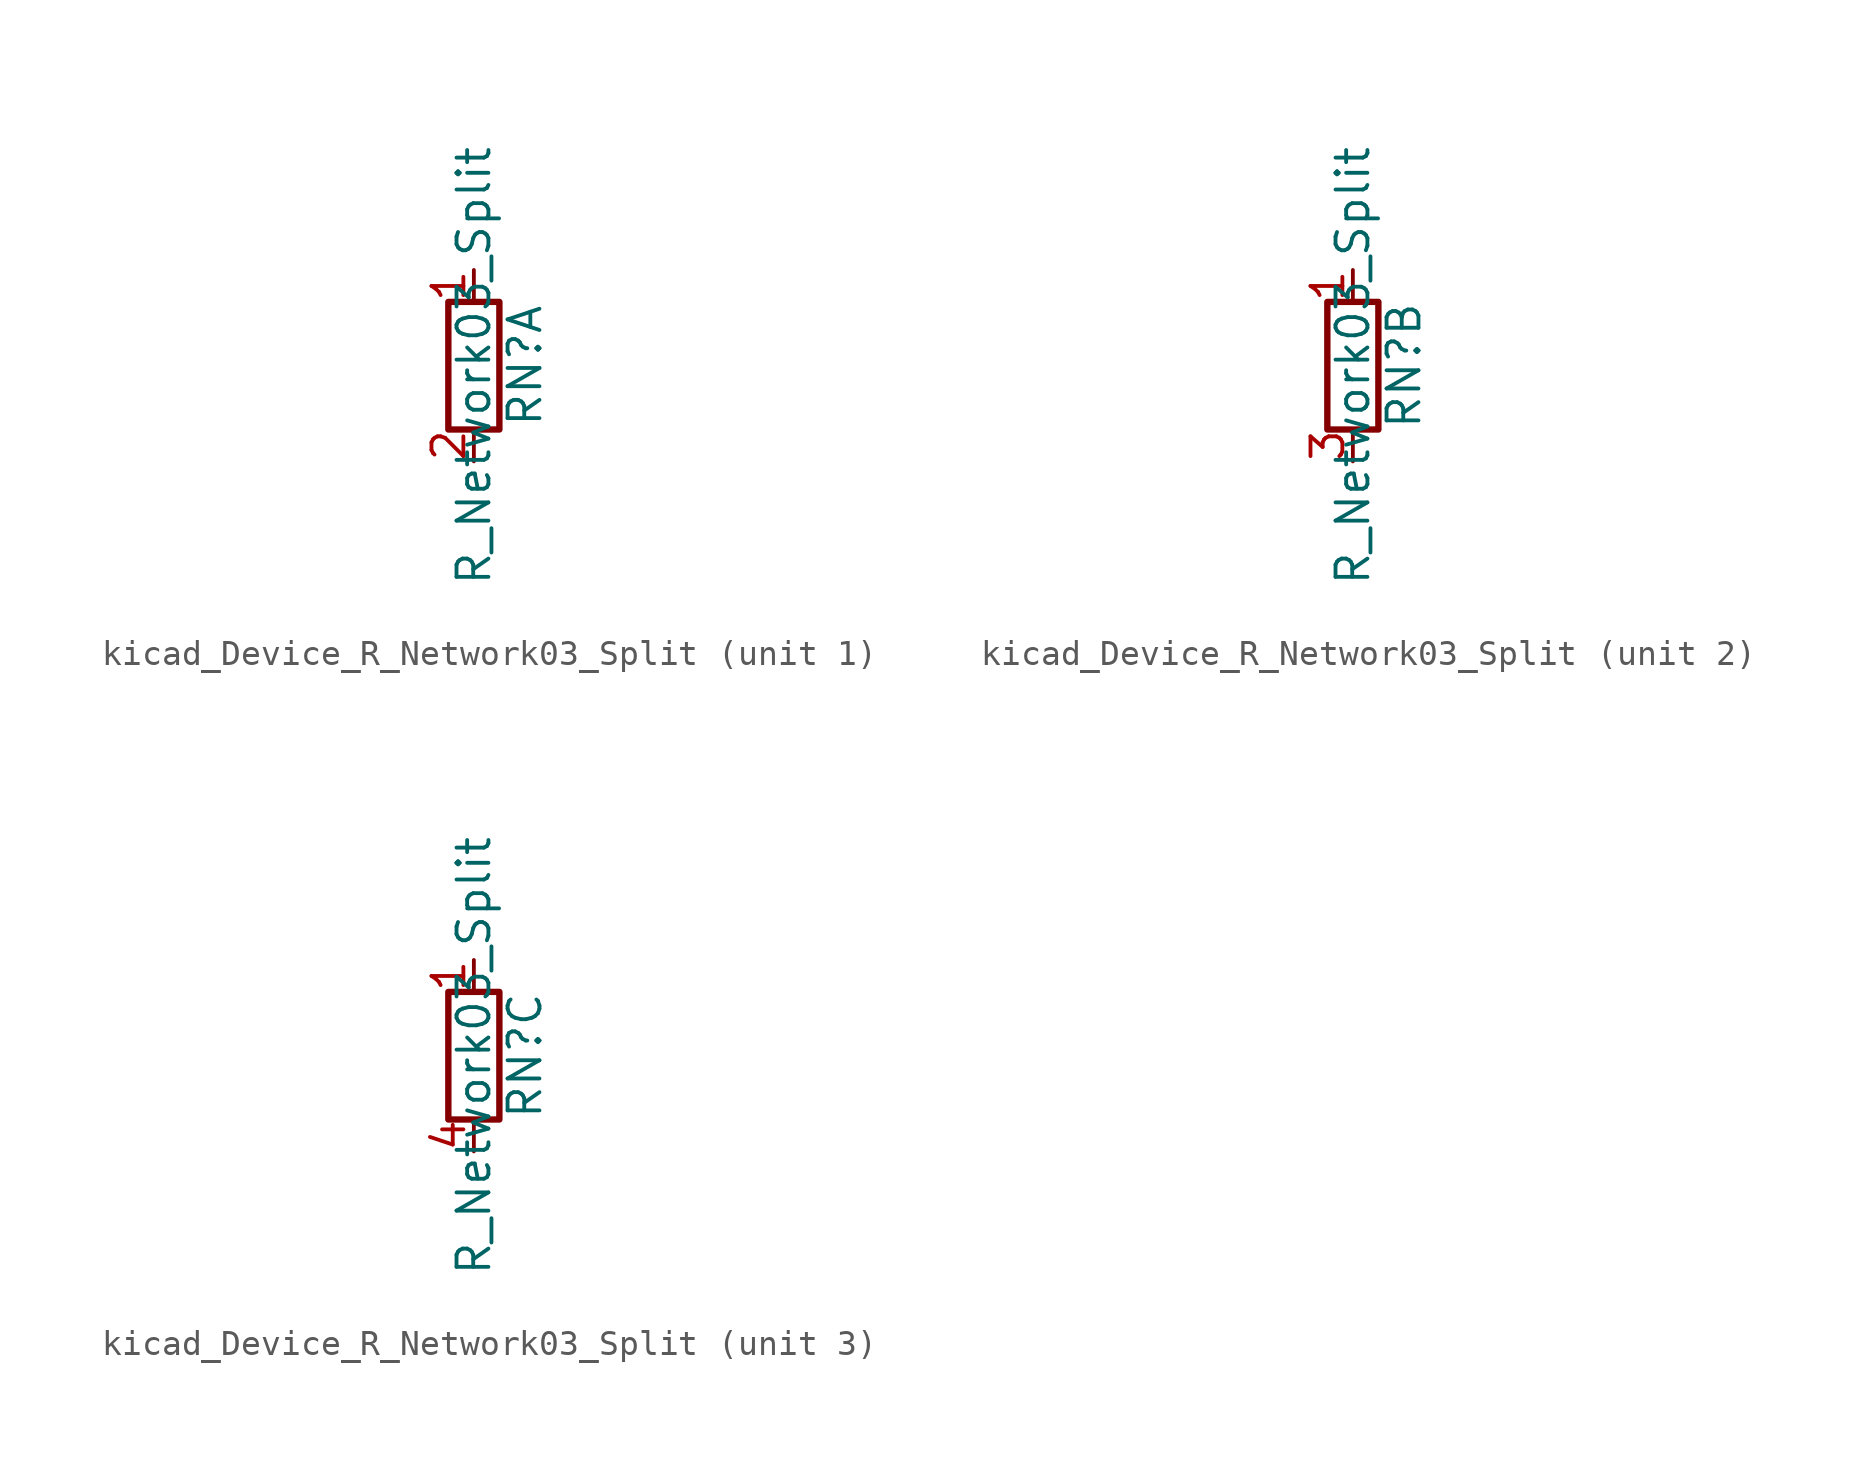
<source format=kicad_sym>
(kicad_symbol_lib
  (version 20220914)
  (generator kicad_symbol_editor)
  (symbol "kicad_Device_R_Network03_Split"
    (pin_names
      (offset 0) hide)
    (property "Reference" "RN"
      (at 2.032 0 90)
      (effects (font (size 1.27 1.27))))
    (property "Value" "R_Network03_Split"
      (at 0 0 90)
      (effects (font (size 1.27 1.27))))
    (symbol "kicad_Device_R_Network03_Split_0_1"
      (rectangle (start -1.016 2.54) (end 1.016 -2.54) (stroke (width 0.254) (type default)) (fill (type none)))
      (pin passive line (at 0 3.81 270) (length 1.27) (name "R1" (effects (font (size 1.27 1.27)))) (number "1" (effects (font (size 1.27 1.27))))))
    (symbol "kicad_Device_R_Network03_Split_1_1"
      (pin passive line (at 0 -3.81 90) (length 1.27) (name "R1.2" (effects (font (size 1.27 1.27)))) (number "2" (effects (font (size 1.27 1.27))))))
    (symbol "kicad_Device_R_Network03_Split_2_1"
      (pin passive line (at 0 -3.81 90) (length 1.27) (name "R2.2" (effects (font (size 1.27 1.27)))) (number "3" (effects (font (size 1.27 1.27))))))
    (symbol "kicad_Device_R_Network03_Split_3_1"
      (pin passive line (at 0 -3.81 90) (length 1.27) (name "R3.2" (effects (font (size 1.27 1.27)))) (number "4" (effects (font (size 1.27 1.27))))))))
</source>
